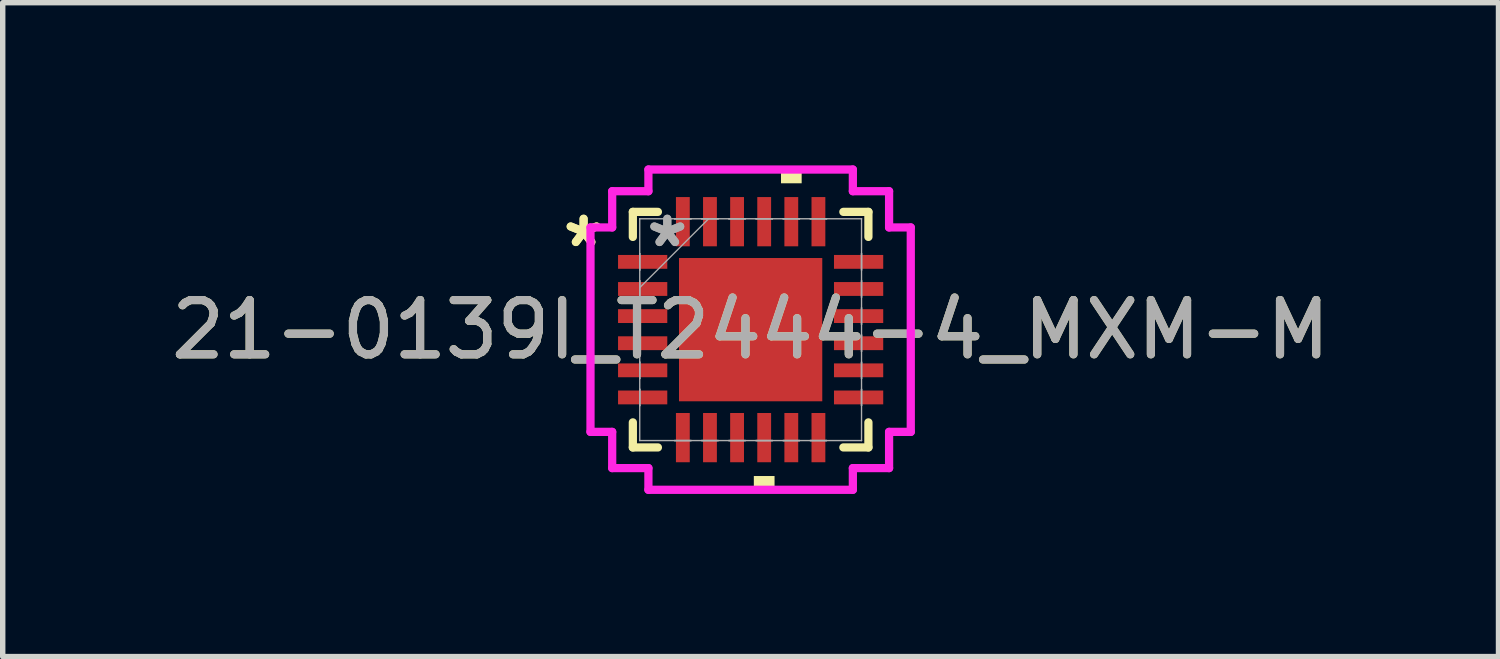
<source format=kicad_pcb>
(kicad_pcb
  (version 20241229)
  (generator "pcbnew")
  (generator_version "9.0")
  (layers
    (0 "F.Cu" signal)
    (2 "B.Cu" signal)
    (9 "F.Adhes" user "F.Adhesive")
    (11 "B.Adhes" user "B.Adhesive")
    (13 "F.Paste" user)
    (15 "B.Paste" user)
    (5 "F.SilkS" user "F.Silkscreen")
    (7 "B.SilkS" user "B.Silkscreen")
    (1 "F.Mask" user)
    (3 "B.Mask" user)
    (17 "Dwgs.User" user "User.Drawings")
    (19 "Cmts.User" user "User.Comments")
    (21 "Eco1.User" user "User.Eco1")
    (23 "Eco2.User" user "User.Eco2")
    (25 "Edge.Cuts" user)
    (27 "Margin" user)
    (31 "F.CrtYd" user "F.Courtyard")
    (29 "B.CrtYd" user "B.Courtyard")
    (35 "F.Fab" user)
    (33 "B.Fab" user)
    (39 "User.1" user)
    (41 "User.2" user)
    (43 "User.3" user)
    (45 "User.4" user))
  (footprint "21-0139I_T2444-4_MXM-M"
    (layer "F.Cu")
    (at 10.792 3.029)
    (property "Reference" "21-0139I_T2444-4_MXM-M" (at 0 0 0) (unlocked yes) (layer "F.SilkS") (effects (font (size 1 1) (thickness 0.15))))
    (attr smd)
    (fp_line (start -2.172 -2.172) (end -2.172 -1.71) (stroke (width 0.152) (type solid)) (layer "F.SilkS"))
    (fp_line (start -2.172 1.71) (end -2.172 2.172) (stroke (width 0.152) (type solid)) (layer "F.SilkS"))
    (fp_line (start -2.172 2.172) (end -1.71 2.172) (stroke (width 0.152) (type solid)) (layer "F.SilkS"))
    (fp_line (start -1.71 -2.172) (end -2.172 -2.172) (stroke (width 0.152) (type solid)) (layer "F.SilkS"))
    (fp_line (start 1.71 2.172) (end 2.172 2.172) (stroke (width 0.152) (type solid)) (layer "F.SilkS"))
    (fp_line (start 2.172 -2.172) (end 1.71 -2.172) (stroke (width 0.152) (type solid)) (layer "F.SilkS"))
    (fp_line (start 2.172 -1.71) (end 2.172 -2.172) (stroke (width 0.152) (type solid)) (layer "F.SilkS"))
    (fp_line (start 2.172 2.172) (end 2.172 1.71) (stroke (width 0.152) (type solid)) (layer "F.SilkS"))
    (fp_poly (pts (xy 0.059 2.699) (xy 0.059 2.953) (xy 0.441 2.953) (xy 0.441 2.699)) (stroke (width 0) (type solid)) (fill yes) (layer "F.SilkS"))
    (fp_poly (pts (xy 0.56 -2.699) (xy 0.56 -2.953) (xy 0.941 -2.953) (xy 0.941 -2.699)) (stroke (width 0) (type solid)) (fill yes) (layer "F.SilkS"))
    (fp_poly (pts (xy -1.221 -1.221) (xy -1.221 -0.1) (xy -0.1 -0.1) (xy -0.1 -1.221)) (stroke (width 0) (type solid)) (fill yes) (layer "F.Paste"))
    (fp_poly (pts (xy -1.221 0.1) (xy -1.221 1.221) (xy -0.1 1.221) (xy -0.1 0.1)) (stroke (width 0) (type solid)) (fill yes) (layer "F.Paste"))
    (fp_poly (pts (xy 0.1 -1.221) (xy 0.1 -0.1) (xy 1.221 -0.1) (xy 1.221 -1.221)) (stroke (width 0) (type solid)) (fill yes) (layer "F.Paste"))
    (fp_poly (pts (xy 0.1 0.1) (xy 0.1 1.221) (xy 1.221 1.221) (xy 1.221 0.1)) (stroke (width 0) (type solid)) (fill yes) (layer "F.Paste"))
    (fp_line (start -2.953 -1.885) (end -2.553 -1.885) (stroke (width 0.152) (type solid)) (layer "F.CrtYd"))
    (fp_line (start -2.953 1.885) (end -2.953 -1.885) (stroke (width 0.152) (type solid)) (layer "F.CrtYd"))
    (fp_line (start -2.553 -2.553) (end -1.885 -2.553) (stroke (width 0.152) (type solid)) (layer "F.CrtYd"))
    (fp_line (start -2.553 -1.885) (end -2.553 -2.553) (stroke (width 0.152) (type solid)) (layer "F.CrtYd"))
    (fp_line (start -2.553 1.885) (end -2.953 1.885) (stroke (width 0.152) (type solid)) (layer "F.CrtYd"))
    (fp_line (start -2.553 2.553) (end -2.553 1.885) (stroke (width 0.152) (type solid)) (layer "F.CrtYd"))
    (fp_line (start -1.885 -2.953) (end 1.885 -2.953) (stroke (width 0.152) (type solid)) (layer "F.CrtYd"))
    (fp_line (start -1.885 -2.553) (end -1.885 -2.953) (stroke (width 0.152) (type solid)) (layer "F.CrtYd"))
    (fp_line (start -1.885 2.553) (end -2.553 2.553) (stroke (width 0.152) (type solid)) (layer "F.CrtYd"))
    (fp_line (start -1.885 2.953) (end -1.885 2.553) (stroke (width 0.152) (type solid)) (layer "F.CrtYd"))
    (fp_line (start 1.885 -2.953) (end 1.885 -2.553) (stroke (width 0.152) (type solid)) (layer "F.CrtYd"))
    (fp_line (start 1.885 -2.553) (end 2.553 -2.553) (stroke (width 0.152) (type solid)) (layer "F.CrtYd"))
    (fp_line (start 1.885 2.553) (end 1.885 2.953) (stroke (width 0.152) (type solid)) (layer "F.CrtYd"))
    (fp_line (start 1.885 2.953) (end -1.885 2.953) (stroke (width 0.152) (type solid)) (layer "F.CrtYd"))
    (fp_line (start 2.553 -2.553) (end 2.553 -1.885) (stroke (width 0.152) (type solid)) (layer "F.CrtYd"))
    (fp_line (start 2.553 -1.885) (end 2.953 -1.885) (stroke (width 0.152) (type solid)) (layer "F.CrtYd"))
    (fp_line (start 2.553 1.885) (end 2.553 2.553) (stroke (width 0.152) (type solid)) (layer "F.CrtYd"))
    (fp_line (start 2.553 2.553) (end 1.885 2.553) (stroke (width 0.152) (type solid)) (layer "F.CrtYd"))
    (fp_line (start 2.953 -1.885) (end 2.953 1.885) (stroke (width 0.152) (type solid)) (layer "F.CrtYd"))
    (fp_line (start 2.953 1.885) (end 2.553 1.885) (stroke (width 0.152) (type solid)) (layer "F.CrtYd"))
    (fp_line (start -2.045 -2.045) (end -2.045 -2.045) (stroke (width 0.025) (type solid)) (layer "F.Fab"))
    (fp_line (start -2.045 -2.045) (end -2.045 2.045) (stroke (width 0.025) (type solid)) (layer "F.Fab"))
    (fp_line (start -2.045 -1.402) (end -2.045 -1.402) (stroke (width 0.025) (type solid)) (layer "F.Fab"))
    (fp_line (start -2.045 -1.402) (end -2.045 -1.098) (stroke (width 0.025) (type solid)) (layer "F.Fab"))
    (fp_line (start -2.045 -1.098) (end -2.045 -1.402) (stroke (width 0.025) (type solid)) (layer "F.Fab"))
    (fp_line (start -2.045 -1.098) (end -2.045 -1.098) (stroke (width 0.025) (type solid)) (layer "F.Fab"))
    (fp_line (start -2.045 -0.902) (end -2.045 -0.902) (stroke (width 0.025) (type solid)) (layer "F.Fab"))
    (fp_line (start -2.045 -0.902) (end -2.045 -0.598) (stroke (width 0.025) (type solid)) (layer "F.Fab"))
    (fp_line (start -2.045 -0.775) (end -0.775 -2.045) (stroke (width 0.025) (type solid)) (layer "F.Fab"))
    (fp_line (start -2.045 -0.598) (end -2.045 -0.902) (stroke (width 0.025) (type solid)) (layer "F.Fab"))
    (fp_line (start -2.045 -0.598) (end -2.045 -0.598) (stroke (width 0.025) (type solid)) (layer "F.Fab"))
    (fp_line (start -2.045 -0.402) (end -2.045 -0.402) (stroke (width 0.025) (type solid)) (layer "F.Fab"))
    (fp_line (start -2.045 -0.402) (end -2.045 -0.098) (stroke (width 0.025) (type solid)) (layer "F.Fab"))
    (fp_line (start -2.045 -0.098) (end -2.045 -0.402) (stroke (width 0.025) (type solid)) (layer "F.Fab"))
    (fp_line (start -2.045 -0.098) (end -2.045 -0.098) (stroke (width 0.025) (type solid)) (layer "F.Fab"))
    (fp_line (start -2.045 0.098) (end -2.045 0.098) (stroke (width 0.025) (type solid)) (layer "F.Fab"))
    (fp_line (start -2.045 0.098) (end -2.045 0.402) (stroke (width 0.025) (type solid)) (layer "F.Fab"))
    (fp_line (start -2.045 0.402) (end -2.045 0.098) (stroke (width 0.025) (type solid)) (layer "F.Fab"))
    (fp_line (start -2.045 0.402) (end -2.045 0.402) (stroke (width 0.025) (type solid)) (layer "F.Fab"))
    (fp_line (start -2.045 0.598) (end -2.045 0.598) (stroke (width 0.025) (type solid)) (layer "F.Fab"))
    (fp_line (start -2.045 0.598) (end -2.045 0.902) (stroke (width 0.025) (type solid)) (layer "F.Fab"))
    (fp_line (start -2.045 0.902) (end -2.045 0.598) (stroke (width 0.025) (type solid)) (layer "F.Fab"))
    (fp_line (start -2.045 0.902) (end -2.045 0.902) (stroke (width 0.025) (type solid)) (layer "F.Fab"))
    (fp_line (start -2.045 1.098) (end -2.045 1.098) (stroke (width 0.025) (type solid)) (layer "F.Fab"))
    (fp_line (start -2.045 1.098) (end -2.045 1.402) (stroke (width 0.025) (type solid)) (layer "F.Fab"))
    (fp_line (start -2.045 1.402) (end -2.045 1.098) (stroke (width 0.025) (type solid)) (layer "F.Fab"))
    (fp_line (start -2.045 1.402) (end -2.045 1.402) (stroke (width 0.025) (type solid)) (layer "F.Fab"))
    (fp_line (start -2.045 2.045) (end -2.045 2.045) (stroke (width 0.025) (type solid)) (layer "F.Fab"))
    (fp_line (start -2.045 2.045) (end 2.045 2.045) (stroke (width 0.025) (type solid)) (layer "F.Fab"))
    (fp_line (start -1.402 -2.045) (end -1.402 -2.045) (stroke (width 0.025) (type solid)) (layer "F.Fab"))
    (fp_line (start -1.402 -2.045) (end -1.098 -2.045) (stroke (width 0.025) (type solid)) (layer "F.Fab"))
    (fp_line (start -1.402 2.045) (end -1.402 2.045) (stroke (width 0.025) (type solid)) (layer "F.Fab"))
    (fp_line (start -1.402 2.045) (end -1.098 2.045) (stroke (width 0.025) (type solid)) (layer "F.Fab"))
    (fp_line (start -1.098 -2.045) (end -1.402 -2.045) (stroke (width 0.025) (type solid)) (layer "F.Fab"))
    (fp_line (start -1.098 -2.045) (end -1.098 -2.045) (stroke (width 0.025) (type solid)) (layer "F.Fab"))
    (fp_line (start -1.098 2.045) (end -1.402 2.045) (stroke (width 0.025) (type solid)) (layer "F.Fab"))
    (fp_line (start -1.098 2.045) (end -1.098 2.045) (stroke (width 0.025) (type solid)) (layer "F.Fab"))
    (fp_line (start -0.902 -2.045) (end -0.902 -2.045) (stroke (width 0.025) (type solid)) (layer "F.Fab"))
    (fp_line (start -0.902 -2.045) (end -0.598 -2.045) (stroke (width 0.025) (type solid)) (layer "F.Fab"))
    (fp_line (start -0.902 2.045) (end -0.902 2.045) (stroke (width 0.025) (type solid)) (layer "F.Fab"))
    (fp_line (start -0.902 2.045) (end -0.598 2.045) (stroke (width 0.025) (type solid)) (layer "F.Fab"))
    (fp_line (start -0.598 -2.045) (end -0.902 -2.045) (stroke (width 0.025) (type solid)) (layer "F.Fab"))
    (fp_line (start -0.598 -2.045) (end -0.598 -2.045) (stroke (width 0.025) (type solid)) (layer "F.Fab"))
    (fp_line (start -0.598 2.045) (end -0.902 2.045) (stroke (width 0.025) (type solid)) (layer "F.Fab"))
    (fp_line (start -0.598 2.045) (end -0.598 2.045) (stroke (width 0.025) (type solid)) (layer "F.Fab"))
    (fp_line (start -0.402 -2.045) (end -0.402 -2.045) (stroke (width 0.025) (type solid)) (layer "F.Fab"))
    (fp_line (start -0.402 -2.045) (end -0.098 -2.045) (stroke (width 0.025) (type solid)) (layer "F.Fab"))
    (fp_line (start -0.402 2.045) (end -0.402 2.045) (stroke (width 0.025) (type solid)) (layer "F.Fab"))
    (fp_line (start -0.402 2.045) (end -0.098 2.045) (stroke (width 0.025) (type solid)) (layer "F.Fab"))
    (fp_line (start -0.098 -2.045) (end -0.402 -2.045) (stroke (width 0.025) (type solid)) (layer "F.Fab"))
    (fp_line (start -0.098 -2.045) (end -0.098 -2.045) (stroke (width 0.025) (type solid)) (layer "F.Fab"))
    (fp_line (start -0.098 2.045) (end -0.402 2.045) (stroke (width 0.025) (type solid)) (layer "F.Fab"))
    (fp_line (start -0.098 2.045) (end -0.098 2.045) (stroke (width 0.025) (type solid)) (layer "F.Fab"))
    (fp_line (start 0.098 -2.045) (end 0.098 -2.045) (stroke (width 0.025) (type solid)) (layer "F.Fab"))
    (fp_line (start 0.098 -2.045) (end 0.402 -2.045) (stroke (width 0.025) (type solid)) (layer "F.Fab"))
    (fp_line (start 0.098 2.045) (end 0.098 2.045) (stroke (width 0.025) (type solid)) (layer "F.Fab"))
    (fp_line (start 0.098 2.045) (end 0.402 2.045) (stroke (width 0.025) (type solid)) (layer "F.Fab"))
    (fp_line (start 0.402 -2.045) (end 0.098 -2.045) (stroke (width 0.025) (type solid)) (layer "F.Fab"))
    (fp_line (start 0.402 -2.045) (end 0.402 -2.045) (stroke (width 0.025) (type solid)) (layer "F.Fab"))
    (fp_line (start 0.402 2.045) (end 0.098 2.045) (stroke (width 0.025) (type solid)) (layer "F.Fab"))
    (fp_line (start 0.402 2.045) (end 0.402 2.045) (stroke (width 0.025) (type solid)) (layer "F.Fab"))
    (fp_line (start 0.598 -2.045) (end 0.598 -2.045) (stroke (width 0.025) (type solid)) (layer "F.Fab"))
    (fp_line (start 0.598 -2.045) (end 0.902 -2.045) (stroke (width 0.025) (type solid)) (layer "F.Fab"))
    (fp_line (start 0.598 2.045) (end 0.598 2.045) (stroke (width 0.025) (type solid)) (layer "F.Fab"))
    (fp_line (start 0.598 2.045) (end 0.902 2.045) (stroke (width 0.025) (type solid)) (layer "F.Fab"))
    (fp_line (start 0.902 -2.045) (end 0.598 -2.045) (stroke (width 0.025) (type solid)) (layer "F.Fab"))
    (fp_line (start 0.902 -2.045) (end 0.902 -2.045) (stroke (width 0.025) (type solid)) (layer "F.Fab"))
    (fp_line (start 0.902 2.045) (end 0.598 2.045) (stroke (width 0.025) (type solid)) (layer "F.Fab"))
    (fp_line (start 0.902 2.045) (end 0.902 2.045) (stroke (width 0.025) (type solid)) (layer "F.Fab"))
    (fp_line (start 1.098 -2.045) (end 1.098 -2.045) (stroke (width 0.025) (type solid)) (layer "F.Fab"))
    (fp_line (start 1.098 -2.045) (end 1.402 -2.045) (stroke (width 0.025) (type solid)) (layer "F.Fab"))
    (fp_line (start 1.098 2.045) (end 1.098 2.045) (stroke (width 0.025) (type solid)) (layer "F.Fab"))
    (fp_line (start 1.098 2.045) (end 1.402 2.045) (stroke (width 0.025) (type solid)) (layer "F.Fab"))
    (fp_line (start 1.402 -2.045) (end 1.098 -2.045) (stroke (width 0.025) (type solid)) (layer "F.Fab"))
    (fp_line (start 1.402 -2.045) (end 1.402 -2.045) (stroke (width 0.025) (type solid)) (layer "F.Fab"))
    (fp_line (start 1.402 2.045) (end 1.098 2.045) (stroke (width 0.025) (type solid)) (layer "F.Fab"))
    (fp_line (start 1.402 2.045) (end 1.402 2.045) (stroke (width 0.025) (type solid)) (layer "F.Fab"))
    (fp_line (start 2.045 -2.045) (end -2.045 -2.045) (stroke (width 0.025) (type solid)) (layer "F.Fab"))
    (fp_line (start 2.045 -2.045) (end 2.045 -2.045) (stroke (width 0.025) (type solid)) (layer "F.Fab"))
    (fp_line (start 2.045 -1.402) (end 2.045 -1.402) (stroke (width 0.025) (type solid)) (layer "F.Fab"))
    (fp_line (start 2.045 -1.402) (end 2.045 -1.098) (stroke (width 0.025) (type solid)) (layer "F.Fab"))
    (fp_line (start 2.045 -1.098) (end 2.045 -1.402) (stroke (width 0.025) (type solid)) (layer "F.Fab"))
    (fp_line (start 2.045 -1.098) (end 2.045 -1.098) (stroke (width 0.025) (type solid)) (layer "F.Fab"))
    (fp_line (start 2.045 -0.902) (end 2.045 -0.902) (stroke (width 0.025) (type solid)) (layer "F.Fab"))
    (fp_line (start 2.045 -0.902) (end 2.045 -0.598) (stroke (width 0.025) (type solid)) (layer "F.Fab"))
    (fp_line (start 2.045 -0.598) (end 2.045 -0.902) (stroke (width 0.025) (type solid)) (layer "F.Fab"))
    (fp_line (start 2.045 -0.598) (end 2.045 -0.598) (stroke (width 0.025) (type solid)) (layer "F.Fab"))
    (fp_line (start 2.045 -0.402) (end 2.045 -0.402) (stroke (width 0.025) (type solid)) (layer "F.Fab"))
    (fp_line (start 2.045 -0.402) (end 2.045 -0.098) (stroke (width 0.025) (type solid)) (layer "F.Fab"))
    (fp_line (start 2.045 -0.098) (end 2.045 -0.402) (stroke (width 0.025) (type solid)) (layer "F.Fab"))
    (fp_line (start 2.045 -0.098) (end 2.045 -0.098) (stroke (width 0.025) (type solid)) (layer "F.Fab"))
    (fp_line (start 2.045 0.098) (end 2.045 0.098) (stroke (width 0.025) (type solid)) (layer "F.Fab"))
    (fp_line (start 2.045 0.098) (end 2.045 0.402) (stroke (width 0.025) (type solid)) (layer "F.Fab"))
    (fp_line (start 2.045 0.402) (end 2.045 0.098) (stroke (width 0.025) (type solid)) (layer "F.Fab"))
    (fp_line (start 2.045 0.402) (end 2.045 0.402) (stroke (width 0.025) (type solid)) (layer "F.Fab"))
    (fp_line (start 2.045 0.598) (end 2.045 0.598) (stroke (width 0.025) (type solid)) (layer "F.Fab"))
    (fp_line (start 2.045 0.598) (end 2.045 0.902) (stroke (width 0.025) (type solid)) (layer "F.Fab"))
    (fp_line (start 2.045 0.902) (end 2.045 0.598) (stroke (width 0.025) (type solid)) (layer "F.Fab"))
    (fp_line (start 2.045 0.902) (end 2.045 0.902) (stroke (width 0.025) (type solid)) (layer "F.Fab"))
    (fp_line (start 2.045 1.098) (end 2.045 1.098) (stroke (width 0.025) (type solid)) (layer "F.Fab"))
    (fp_line (start 2.045 1.098) (end 2.045 1.402) (stroke (width 0.025) (type solid)) (layer "F.Fab"))
    (fp_line (start 2.045 1.402) (end 2.045 1.098) (stroke (width 0.025) (type solid)) (layer "F.Fab"))
    (fp_line (start 2.045 1.402) (end 2.045 1.402) (stroke (width 0.025) (type solid)) (layer "F.Fab"))
    (fp_line (start 2.045 2.045) (end 2.045 -2.045) (stroke (width 0.025) (type solid)) (layer "F.Fab"))
    (fp_line (start 2.045 2.045) (end 2.045 2.045) (stroke (width 0.025) (type solid)) (layer "F.Fab"))
    (fp_text user "*" (at -3.08 -1.5 0) (layer "F.SilkS") (effects (font (size 1 1) (thickness 0.15))))
    (fp_text user "*" (at -3.08 -1.5 0) (unlocked yes) (layer "F.SilkS") (effects (font (size 1 1) (thickness 0.15))))
    (fp_text user "*" (at -1.537 -1.5 0) (unlocked yes) (layer "F.Fab") (effects (font (size 1 1) (thickness 0.15))))
    (fp_text user "*" (at -1.537 -1.5 0) (layer "F.Fab") (effects (font (size 1 1) (thickness 0.15))))
    (fp_text user "${REFERENCE}" (at 0 0 0) (unlocked yes) (layer "F.Fab") (effects (font (size 1 1) (thickness 0.15))))
    (pad "1" smd rect (at -1.991 -1.25 90) (size 0.255 0.908) (layers "F.Cu" "F.Mask" "F.Paste"))
    (pad "2" smd rect (at -1.991 -0.75 90) (size 0.255 0.908) (layers "F.Cu" "F.Mask" "F.Paste"))
    (pad "3" smd rect (at -1.991 -0.25 90) (size 0.255 0.908) (layers "F.Cu" "F.Mask" "F.Paste"))
    (pad "4" smd rect (at -1.991 0.25 90) (size 0.255 0.908) (layers "F.Cu" "F.Mask" "F.Paste"))
    (pad "5" smd rect (at -1.991 0.75 90) (size 0.255 0.908) (layers "F.Cu" "F.Mask" "F.Paste"))
    (pad "6" smd rect (at -1.991 1.25 90) (size 0.255 0.908) (layers "F.Cu" "F.Mask" "F.Paste"))
    (pad "7" smd rect (at -1.25 1.991) (size 0.255 0.908) (layers "F.Cu" "F.Mask" "F.Paste"))
    (pad "8" smd rect (at -0.75 1.991) (size 0.255 0.908) (layers "F.Cu" "F.Mask" "F.Paste"))
    (pad "9" smd rect (at -0.25 1.991) (size 0.255 0.908) (layers "F.Cu" "F.Mask" "F.Paste"))
    (pad "10" smd rect (at 0.25 1.991) (size 0.255 0.908) (layers "F.Cu" "F.Mask" "F.Paste"))
    (pad "11" smd rect (at 0.75 1.991) (size 0.255 0.908) (layers "F.Cu" "F.Mask" "F.Paste"))
    (pad "12" smd rect (at 1.25 1.991) (size 0.255 0.908) (layers "F.Cu" "F.Mask" "F.Paste"))
    (pad "13" smd rect (at 1.991 1.25 90) (size 0.255 0.908) (layers "F.Cu" "F.Mask" "F.Paste"))
    (pad "14" smd rect (at 1.991 0.75 90) (size 0.255 0.908) (layers "F.Cu" "F.Mask" "F.Paste"))
    (pad "15" smd rect (at 1.991 0.25 90) (size 0.255 0.908) (layers "F.Cu" "F.Mask" "F.Paste"))
    (pad "16" smd rect (at 1.991 -0.25 90) (size 0.255 0.908) (layers "F.Cu" "F.Mask" "F.Paste"))
    (pad "17" smd rect (at 1.991 -0.75 90) (size 0.255 0.908) (layers "F.Cu" "F.Mask" "F.Paste"))
    (pad "18" smd rect (at 1.991 -1.25 90) (size 0.255 0.908) (layers "F.Cu" "F.Mask" "F.Paste"))
    (pad "19" smd rect (at 1.25 -1.991) (size 0.255 0.908) (layers "F.Cu" "F.Mask" "F.Paste"))
    (pad "20" smd rect (at 0.75 -1.991) (size 0.255 0.908) (layers "F.Cu" "F.Mask" "F.Paste"))
    (pad "21" smd rect (at 0.25 -1.991) (size 0.255 0.908) (layers "F.Cu" "F.Mask" "F.Paste"))
    (pad "22" smd rect (at -0.25 -1.991) (size 0.255 0.908) (layers "F.Cu" "F.Mask" "F.Paste"))
    (pad "23" smd rect (at -0.75 -1.991) (size 0.255 0.908) (layers "F.Cu" "F.Mask" "F.Paste"))
    (pad "24" smd rect (at -1.25 -1.991) (size 0.255 0.908) (layers "F.Cu" "F.Mask" "F.Paste"))
    (pad "25" smd rect (at 0 0) (size 2.642 2.642) (layers "F.Cu" "F.Mask" "F.Paste")))
  (gr_rect
    (start -3 -3)
    (end 24.583 9.058)
    (stroke (width 0.1) (type default))
    (fill no)
    (layer "Edge.Cuts")))
</source>
